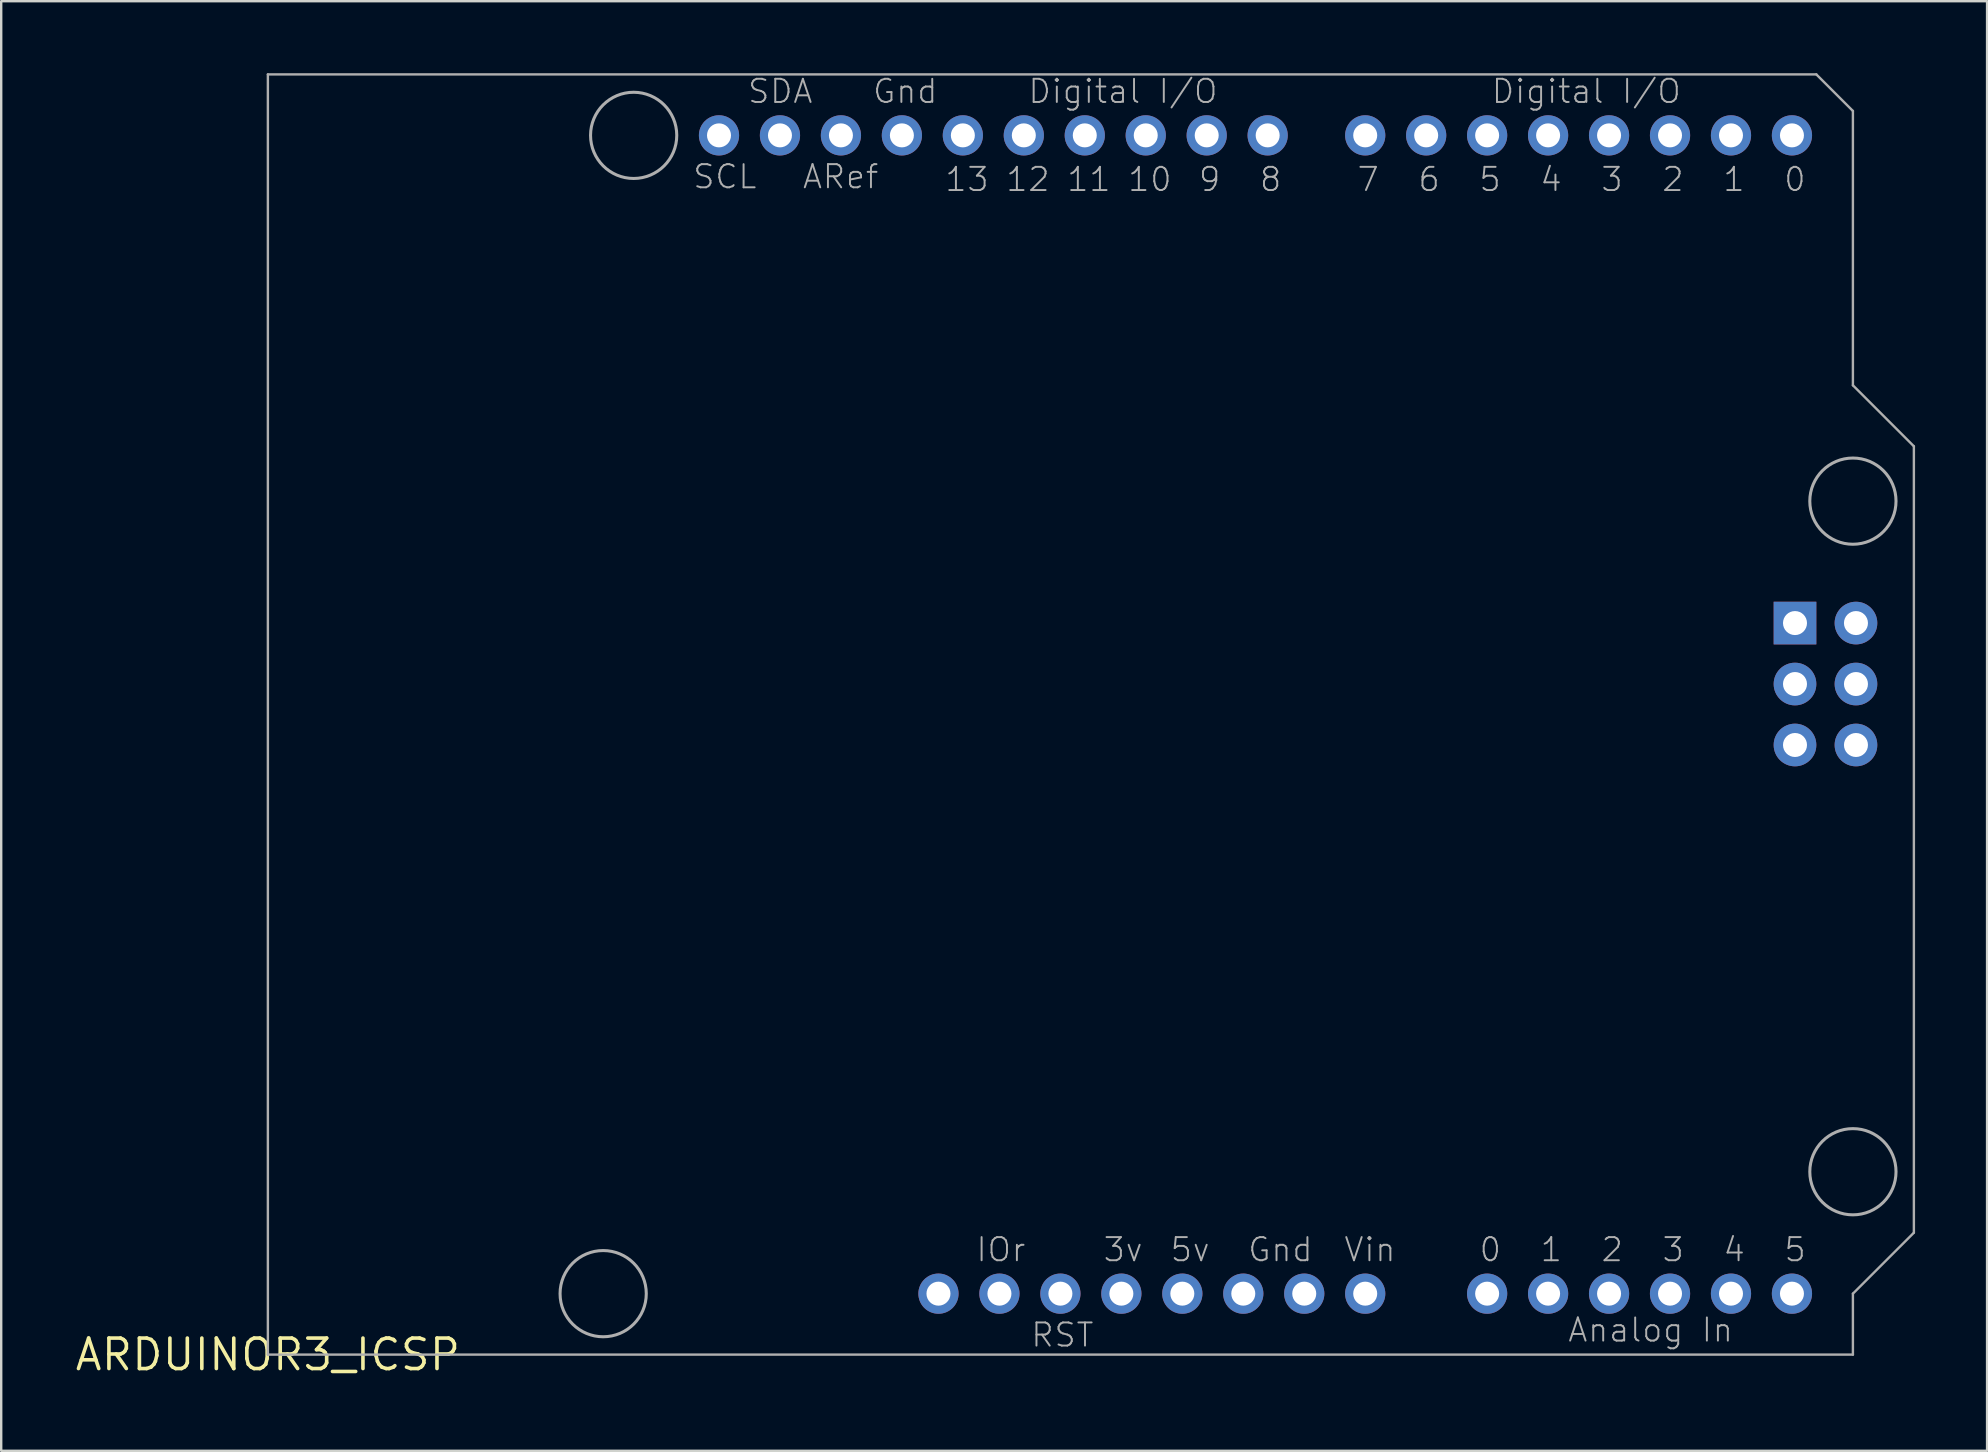
<source format=kicad_pcb>
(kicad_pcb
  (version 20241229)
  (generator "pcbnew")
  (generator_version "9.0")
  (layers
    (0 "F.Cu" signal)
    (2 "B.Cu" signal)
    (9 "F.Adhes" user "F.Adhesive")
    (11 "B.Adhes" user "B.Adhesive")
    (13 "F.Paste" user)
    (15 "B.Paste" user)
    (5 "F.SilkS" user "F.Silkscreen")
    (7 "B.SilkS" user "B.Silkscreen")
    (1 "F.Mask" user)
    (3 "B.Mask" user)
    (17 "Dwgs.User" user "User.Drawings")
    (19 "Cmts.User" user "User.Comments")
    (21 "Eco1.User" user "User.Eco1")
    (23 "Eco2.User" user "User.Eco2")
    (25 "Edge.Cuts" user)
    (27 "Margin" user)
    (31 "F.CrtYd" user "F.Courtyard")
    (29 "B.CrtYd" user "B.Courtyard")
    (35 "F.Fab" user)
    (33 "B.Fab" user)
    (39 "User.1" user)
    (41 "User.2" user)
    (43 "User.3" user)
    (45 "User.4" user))
  (footprint "ARDUINOR3_ICSP"
    (layer "F.Cu")
    (at 8.111 53.39)
    (property "Reference" "ARDUINOR3_ICSP" (at 0 0 0) (layer "F.SilkS") (effects (font (size 1.27 1.27) (thickness 0.15))))
    (attr through_hole)
    (fp_line (start 0 -53.34) (end 0 0) (stroke (width 0.1) (type solid)) (layer "F.Fab"))
    (fp_line (start 0 0) (end 66.04 0) (stroke (width 0.1) (type solid)) (layer "F.Fab"))
    (fp_line (start 64.516 -53.34) (end 0 -53.34) (stroke (width 0.1) (type solid)) (layer "F.Fab"))
    (fp_line (start 66.04 -51.816) (end 64.516 -53.34) (stroke (width 0.1) (type solid)) (layer "F.Fab"))
    (fp_line (start 66.04 -40.386) (end 66.04 -51.816) (stroke (width 0.1) (type solid)) (layer "F.Fab"))
    (fp_line (start 66.04 -2.54) (end 68.58 -5.08) (stroke (width 0.1) (type solid)) (layer "F.Fab"))
    (fp_line (start 66.04 0) (end 66.04 -2.54) (stroke (width 0.1) (type solid)) (layer "F.Fab"))
    (fp_line (start 68.58 -37.846) (end 66.04 -40.386) (stroke (width 0.1) (type solid)) (layer "F.Fab"))
    (fp_line (start 68.58 -5.08) (end 68.58 -37.846) (stroke (width 0.1) (type solid)) (layer "F.Fab"))
    (fp_circle (center 13.97 -2.54) (end 15.766 -2.54) (stroke (width 0.127) (type solid)) (fill no) (layer "F.Fab"))
    (fp_circle (center 15.24 -50.8) (end 17.036 -50.8) (stroke (width 0.127) (type solid)) (fill no) (layer "F.Fab"))
    (fp_circle (center 66.04 -35.56) (end 67.836 -35.56) (stroke (width 0.127) (type solid)) (fill no) (layer "F.Fab"))
    (fp_circle (center 66.04 -7.62) (end 67.836 -7.62) (stroke (width 0.127) (type solid)) (fill no) (layer "F.Fab"))
    (fp_text user "0" (at 50.419 -3.81 0) (layer "F.Fab") (effects (font (size 0.965 0.965) (thickness 0.081)) (justify left bottom)))
    (fp_text user "IOr" (at 29.454 -3.81 0) (layer "F.Fab") (effects (font (size 0.965 0.965) (thickness 0.081)) (justify left bottom)))
    (fp_text user "13" (at 30.099 -49.53 0) (layer "F.Fab") (effects (font (size 0.965 0.965) (thickness 0.081)) (justify right top)))
    (fp_text user "7" (at 46.355 -49.53 0) (layer "F.Fab") (effects (font (size 0.965 0.965) (thickness 0.081)) (justify right top)))
    (fp_text user "9" (at 39.751 -49.53 0) (layer "F.Fab") (effects (font (size 0.965 0.965) (thickness 0.081)) (justify right top)))
    (fp_text user "12" (at 32.639 -49.53 0) (layer "F.Fab") (effects (font (size 0.965 0.965) (thickness 0.081)) (justify right top)))
    (fp_text user "3v" (at 34.752 -3.81 0) (layer "F.Fab") (effects (font (size 0.965 0.965) (thickness 0.081)) (justify left bottom)))
    (fp_text user "RST" (at 31.74 -0.254 0) (layer "F.Fab") (effects (font (size 0.965 0.965) (thickness 0.081)) (justify left bottom)))
    (fp_text user "1" (at 52.959 -3.81 0) (layer "F.Fab") (effects (font (size 0.965 0.965) (thickness 0.081)) (justify left bottom)))
    (fp_text user "Gnd" (at 40.777 -3.81 0) (layer "F.Fab") (effects (font (size 0.965 0.965) (thickness 0.081)) (justify left bottom)))
    (fp_text user "11" (at 35.179 -49.53 0) (layer "F.Fab") (effects (font (size 0.965 0.965) (thickness 0.081)) (justify right top)))
    (fp_text user "5" (at 51.435 -49.53 0) (layer "F.Fab") (effects (font (size 0.965 0.965) (thickness 0.081)) (justify right top)))
    (fp_text user "ARef" (at 22.225 -48.514 0) (layer "F.Fab") (effects (font (size 0.965 0.965) (thickness 0.081)) (justify left bottom)))
    (fp_text user "3" (at 58.039 -3.81 0) (layer "F.Fab") (effects (font (size 0.965 0.965) (thickness 0.081)) (justify left bottom)))
    (fp_text user "Digital I/O" (at 31.623 -52.07 0) (layer "F.Fab") (effects (font (size 0.965 0.965) (thickness 0.081)) (justify left bottom)))
    (fp_text user "5" (at 63.119 -3.81 0) (layer "F.Fab") (effects (font (size 0.965 0.965) (thickness 0.081)) (justify left bottom)))
    (fp_text user "SCL" (at 17.653 -48.514 0) (layer "F.Fab") (effects (font (size 0.965 0.965) (thickness 0.081)) (justify left bottom)))
    (fp_text user "SDA" (at 19.939 -52.07 0) (layer "F.Fab") (effects (font (size 0.965 0.965) (thickness 0.081)) (justify left bottom)))
    (fp_text user "Vin" (at 44.785 -3.81 0) (layer "F.Fab") (effects (font (size 0.965 0.965) (thickness 0.081)) (justify left bottom)))
    (fp_text user "4" (at 53.975 -49.53 0) (layer "F.Fab") (effects (font (size 0.965 0.965) (thickness 0.081)) (justify right top)))
    (fp_text user "0" (at 64.135 -49.53 0) (layer "F.Fab") (effects (font (size 0.965 0.965) (thickness 0.081)) (justify right top)))
    (fp_text user "4" (at 60.579 -3.81 0) (layer "F.Fab") (effects (font (size 0.965 0.965) (thickness 0.081)) (justify left bottom)))
    (fp_text user "10" (at 37.719 -49.53 0) (layer "F.Fab") (effects (font (size 0.965 0.965) (thickness 0.081)) (justify right top)))
    (fp_text user "Analog In" (at 54.112 -0.462 0) (layer "F.Fab") (effects (font (size 0.965 0.965) (thickness 0.081)) (justify left bottom)))
    (fp_text user "Gnd" (at 25.146 -52.07 0) (layer "F.Fab") (effects (font (size 0.965 0.965) (thickness 0.081)) (justify left bottom)))
    (fp_text user "1" (at 61.595 -49.53 0) (layer "F.Fab") (effects (font (size 0.965 0.965) (thickness 0.081)) (justify right top)))
    (fp_text user "2" (at 55.499 -3.81 0) (layer "F.Fab") (effects (font (size 0.965 0.965) (thickness 0.081)) (justify left bottom)))
    (fp_text user "6" (at 48.895 -49.53 0) (layer "F.Fab") (effects (font (size 0.965 0.965) (thickness 0.081)) (justify right top)))
    (fp_text user "5v" (at 37.546 -3.81 0) (layer "F.Fab") (effects (font (size 0.965 0.965) (thickness 0.081)) (justify left bottom)))
    (fp_text user "3" (at 56.515 -49.53 0) (layer "F.Fab") (effects (font (size 0.965 0.965) (thickness 0.081)) (justify right top)))
    (fp_text user "Digital I/O" (at 50.927 -52.07 0) (layer "F.Fab") (effects (font (size 0.965 0.965) (thickness 0.081)) (justify left bottom)))
    (fp_text user "2" (at 59.055 -49.53 0) (layer "F.Fab") (effects (font (size 0.965 0.965) (thickness 0.081)) (justify right top)))
    (fp_text user "8" (at 42.291 -49.53 0) (layer "F.Fab") (effects (font (size 0.965 0.965) (thickness 0.081)) (justify right top)))
    (pad "3V" thru_hole circle (at 35.56 -2.54) (size 1.676 1.676) (drill 1) (layers "*.Cu" "*.Mask"))
    (pad "5V" thru_hole circle (at 38.1 -2.54) (size 1.676 1.676) (drill 1) (layers "*.Cu" "*.Mask"))
    (pad "5V_ICSP" thru_hole circle (at 66.167 -30.48) (size 1.778 1.778) (drill 1) (layers "*.Cu" "*.Mask"))
    (pad "A0" thru_hole circle (at 50.8 -2.54) (size 1.676 1.676) (drill 1) (layers "*.Cu" "*.Mask"))
    (pad "A1" thru_hole circle (at 53.34 -2.54) (size 1.676 1.676) (drill 1) (layers "*.Cu" "*.Mask"))
    (pad "A2" thru_hole circle (at 55.88 -2.54) (size 1.676 1.676) (drill 1) (layers "*.Cu" "*.Mask"))
    (pad "A3" thru_hole circle (at 58.42 -2.54) (size 1.676 1.676) (drill 1) (layers "*.Cu" "*.Mask"))
    (pad "A4" thru_hole circle (at 60.96 -2.54) (size 1.676 1.676) (drill 1) (layers "*.Cu" "*.Mask"))
    (pad "A5" thru_hole circle (at 63.5 -2.54) (size 1.676 1.676) (drill 1) (layers "*.Cu" "*.Mask"))
    (pad "AREF" thru_hole circle (at 23.876 -50.8) (size 1.676 1.676) (drill 1) (layers "*.Cu" "*.Mask"))
    (pad "D0" thru_hole circle (at 63.5 -50.8) (size 1.676 1.676) (drill 1) (layers "*.Cu" "*.Mask"))
    (pad "D1" thru_hole circle (at 60.96 -50.8) (size 1.676 1.676) (drill 1) (layers "*.Cu" "*.Mask"))
    (pad "D2" thru_hole circle (at 58.42 -50.8) (size 1.676 1.676) (drill 1) (layers "*.Cu" "*.Mask"))
    (pad "D3" thru_hole circle (at 55.88 -50.8) (size 1.676 1.676) (drill 1) (layers "*.Cu" "*.Mask"))
    (pad "D4" thru_hole circle (at 53.34 -50.8) (size 1.676 1.676) (drill 1) (layers "*.Cu" "*.Mask"))
    (pad "D5" thru_hole circle (at 50.8 -50.8) (size 1.676 1.676) (drill 1) (layers "*.Cu" "*.Mask"))
    (pad "D6" thru_hole circle (at 48.26 -50.8) (size 1.676 1.676) (drill 1) (layers "*.Cu" "*.Mask"))
    (pad "D7" thru_hole circle (at 45.72 -50.8) (size 1.676 1.676) (drill 1) (layers "*.Cu" "*.Mask"))
    (pad "D8" thru_hole circle (at 41.656 -50.8) (size 1.676 1.676) (drill 1) (layers "*.Cu" "*.Mask"))
    (pad "D9" thru_hole circle (at 39.116 -50.8) (size 1.676 1.676) (drill 1) (layers "*.Cu" "*.Mask"))
    (pad "D10" thru_hole circle (at 36.576 -50.8) (size 1.676 1.676) (drill 1) (layers "*.Cu" "*.Mask"))
    (pad "D11" thru_hole circle (at 34.036 -50.8) (size 1.676 1.676) (drill 1) (layers "*.Cu" "*.Mask"))
    (pad "D12" thru_hole circle (at 31.496 -50.8) (size 1.676 1.676) (drill 1) (layers "*.Cu" "*.Mask"))
    (pad "D13" thru_hole circle (at 28.956 -50.8) (size 1.676 1.676) (drill 1) (layers "*.Cu" "*.Mask"))
    (pad "GND" thru_hole circle (at 26.416 -50.8) (size 1.676 1.676) (drill 1) (layers "*.Cu" "*.Mask"))
    (pad "GND@1" thru_hole circle (at 43.18 -2.54) (size 1.676 1.676) (drill 1) (layers "*.Cu" "*.Mask"))
    (pad "GND@2" thru_hole circle (at 40.64 -2.54) (size 1.676 1.676) (drill 1) (layers "*.Cu" "*.Mask"))
    (pad "GND@3" thru_hole circle (at 66.167 -25.4) (size 1.778 1.778) (drill 1) (layers "*.Cu" "*.Mask"))
    (pad "IOREF" thru_hole circle (at 30.48 -2.54) (size 1.676 1.676) (drill 1) (layers "*.Cu" "*.Mask"))
    (pad "MISO" thru_hole rect (at 63.627 -30.48) (size 1.778 1.778) (drill 1) (layers "*.Cu" "*.Mask"))
    (pad "MOSI" thru_hole circle (at 66.167 -27.94) (size 1.778 1.778) (drill 1) (layers "*.Cu" "*.Mask"))
    (pad "RESERVED" thru_hole circle (at 27.94 -2.54) (size 1.676 1.676) (drill 1) (layers "*.Cu" "*.Mask"))
    (pad "RESET" thru_hole circle (at 33.02 -2.54) (size 1.676 1.676) (drill 1) (layers "*.Cu" "*.Mask"))
    (pad "RESET_ICSP" thru_hole circle (at 63.627 -25.4) (size 1.778 1.778) (drill 1) (layers "*.Cu" "*.Mask"))
    (pad "SCK" thru_hole circle (at 63.627 -27.94) (size 1.778 1.778) (drill 1) (layers "*.Cu" "*.Mask"))
    (pad "SCL" thru_hole circle (at 18.796 -50.8) (size 1.676 1.676) (drill 1) (layers "*.Cu" "*.Mask"))
    (pad "SDA" thru_hole circle (at 21.336 -50.8) (size 1.676 1.676) (drill 1) (layers "*.Cu" "*.Mask"))
    (pad "VIN" thru_hole circle (at 45.72 -2.54) (size 1.676 1.676) (drill 1) (layers "*.Cu" "*.Mask")))
  (gr_rect
    (start -3 -3)
    (end 79.741 57.396)
    (stroke (width 0.1) (type default))
    (fill no)
    (layer "Edge.Cuts")))
</source>
